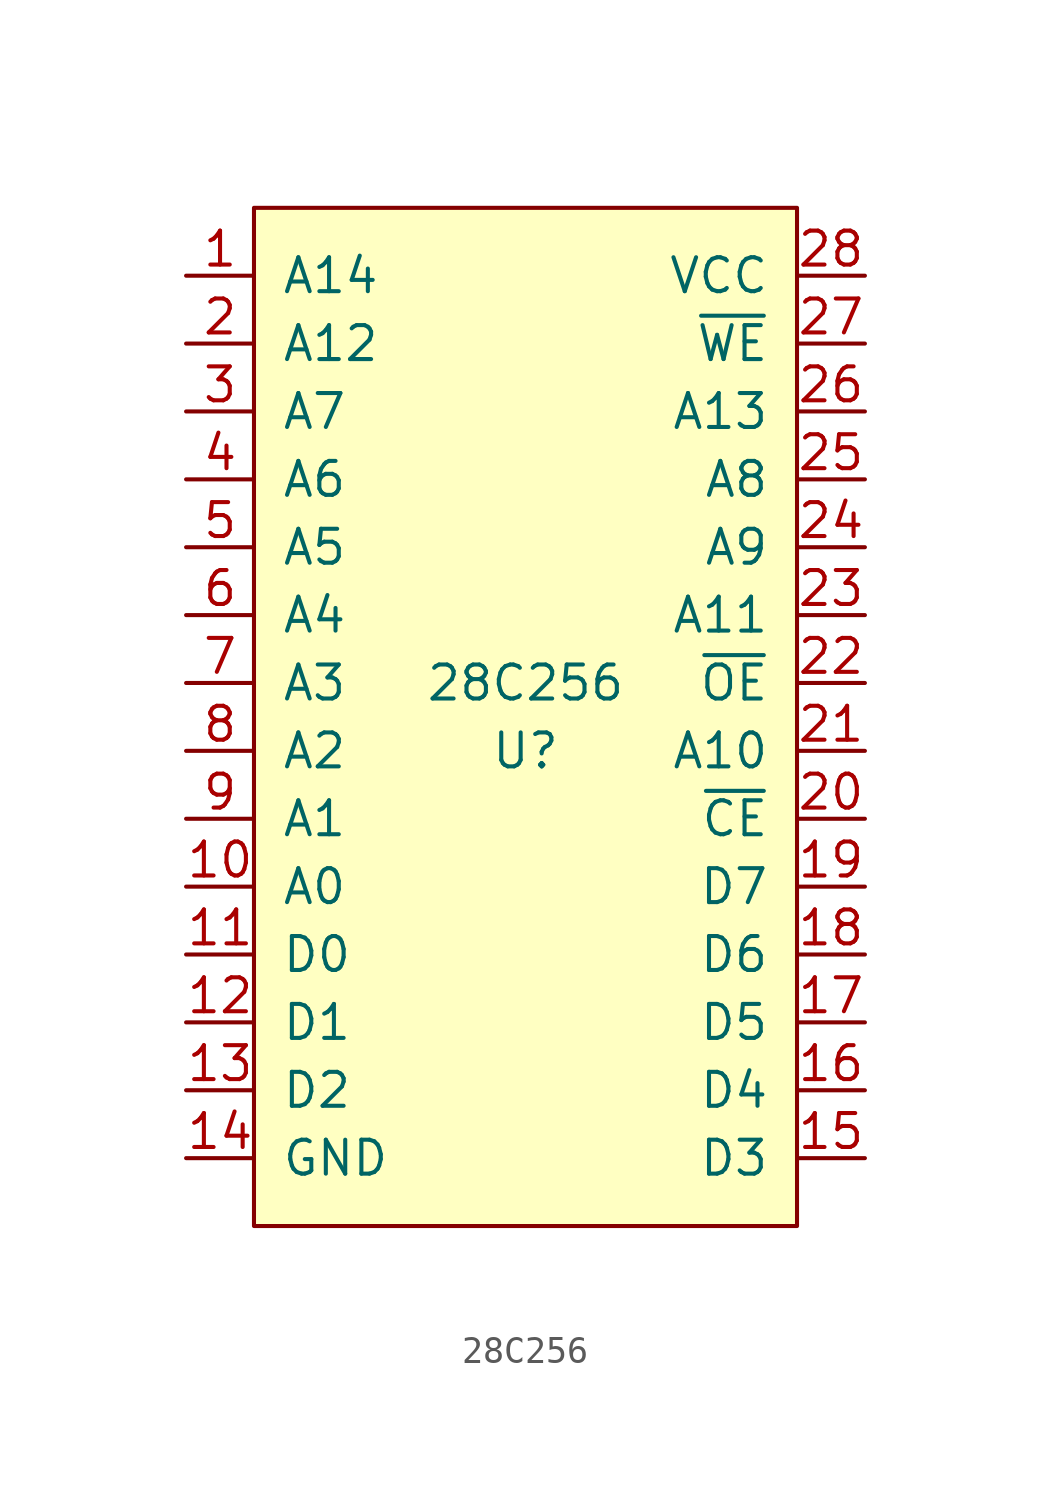
<source format=kicad_sym>
(kicad_symbol_lib
  (version 20231120)
  (generator "kicad_symbol_editor")
  (generator_version "8.0")
  (symbol "28C256"
    (pin_names
      (offset 1.016))
    (property "Reference" "U"
      (at 0 -1.27 0)
      (effects (font (size 1.27 1.27))))
    (property "Value" "28C256"
      (at 0 1.27 0)
      (effects (font (size 1.27 1.27))))
    (symbol "28C256_0_1"
      (rectangle (start -10.16 19.05) (end 10.16 -19.05) (stroke (width 0) (type solid)) (fill (type background))))
    (symbol "28C256_1_1"
      (pin input line (at -12.7 16.51 0) (length 2.54) (name "A14" (effects (font (size 1.27 1.27)))) (number "1" (effects (font (size 1.27 1.27)))))
      (pin input line (at -12.7 -6.35 0) (length 2.54) (name "A0" (effects (font (size 1.27 1.27)))) (number "10" (effects (font (size 1.27 1.27)))))
      (pin bidirectional line (at -12.7 -8.89 0) (length 2.54) (name "D0" (effects (font (size 1.27 1.27)))) (number "11" (effects (font (size 1.27 1.27)))))
      (pin bidirectional line (at -12.7 -11.43 0) (length 2.54) (name "D1" (effects (font (size 1.27 1.27)))) (number "12" (effects (font (size 1.27 1.27)))))
      (pin bidirectional line (at -12.7 -13.97 0) (length 2.54) (name "D2" (effects (font (size 1.27 1.27)))) (number "13" (effects (font (size 1.27 1.27)))))
      (pin power_in line (at -12.7 -16.51 0) (length 2.54) (name "GND" (effects (font (size 1.27 1.27)))) (number "14" (effects (font (size 1.27 1.27)))))
      (pin bidirectional line (at 12.7 -16.51 180) (length 2.54) (name "D3" (effects (font (size 1.27 1.27)))) (number "15" (effects (font (size 1.27 1.27)))))
      (pin bidirectional line (at 12.7 -13.97 180) (length 2.54) (name "D4" (effects (font (size 1.27 1.27)))) (number "16" (effects (font (size 1.27 1.27)))))
      (pin bidirectional line (at 12.7 -11.43 180) (length 2.54) (name "D5" (effects (font (size 1.27 1.27)))) (number "17" (effects (font (size 1.27 1.27)))))
      (pin bidirectional line (at 12.7 -8.89 180) (length 2.54) (name "D6" (effects (font (size 1.27 1.27)))) (number "18" (effects (font (size 1.27 1.27)))))
      (pin bidirectional line (at 12.7 -6.35 180) (length 2.54) (name "D7" (effects (font (size 1.27 1.27)))) (number "19" (effects (font (size 1.27 1.27)))))
      (pin input line (at -12.7 13.97 0) (length 2.54) (name "A12" (effects (font (size 1.27 1.27)))) (number "2" (effects (font (size 1.27 1.27)))))
      (pin input line (at 12.7 -3.81 180) (length 2.54) (name "~{CE}" (effects (font (size 1.27 1.27)))) (number "20" (effects (font (size 1.27 1.27)))))
      (pin input line (at 12.7 -1.27 180) (length 2.54) (name "A10" (effects (font (size 1.27 1.27)))) (number "21" (effects (font (size 1.27 1.27)))))
      (pin input line (at 12.7 1.27 180) (length 2.54) (name "~{OE}" (effects (font (size 1.27 1.27)))) (number "22" (effects (font (size 1.27 1.27)))))
      (pin input line (at 12.7 3.81 180) (length 2.54) (name "A11" (effects (font (size 1.27 1.27)))) (number "23" (effects (font (size 1.27 1.27)))))
      (pin input line (at 12.7 6.35 180) (length 2.54) (name "A9" (effects (font (size 1.27 1.27)))) (number "24" (effects (font (size 1.27 1.27)))))
      (pin input line (at 12.7 8.89 180) (length 2.54) (name "A8" (effects (font (size 1.27 1.27)))) (number "25" (effects (font (size 1.27 1.27)))))
      (pin input line (at 12.7 11.43 180) (length 2.54) (name "A13" (effects (font (size 1.27 1.27)))) (number "26" (effects (font (size 1.27 1.27)))))
      (pin input line (at 12.7 13.97 180) (length 2.54) (name "~{WE}" (effects (font (size 1.27 1.27)))) (number "27" (effects (font (size 1.27 1.27)))))
      (pin power_in line (at 12.7 16.51 180) (length 2.54) (name "VCC" (effects (font (size 1.27 1.27)))) (number "28" (effects (font (size 1.27 1.27)))))
      (pin input line (at -12.7 11.43 0) (length 2.54) (name "A7" (effects (font (size 1.27 1.27)))) (number "3" (effects (font (size 1.27 1.27)))))
      (pin input line (at -12.7 8.89 0) (length 2.54) (name "A6" (effects (font (size 1.27 1.27)))) (number "4" (effects (font (size 1.27 1.27)))))
      (pin input line (at -12.7 6.35 0) (length 2.54) (name "A5" (effects (font (size 1.27 1.27)))) (number "5" (effects (font (size 1.27 1.27)))))
      (pin input line (at -12.7 3.81 0) (length 2.54) (name "A4" (effects (font (size 1.27 1.27)))) (number "6" (effects (font (size 1.27 1.27)))))
      (pin input line (at -12.7 1.27 0) (length 2.54) (name "A3" (effects (font (size 1.27 1.27)))) (number "7" (effects (font (size 1.27 1.27)))))
      (pin input line (at -12.7 -1.27 0) (length 2.54) (name "A2" (effects (font (size 1.27 1.27)))) (number "8" (effects (font (size 1.27 1.27)))))
      (pin input line (at -12.7 -3.81 0) (length 2.54) (name "A1" (effects (font (size 1.27 1.27)))) (number "9" (effects (font (size 1.27 1.27))))))))
</source>
